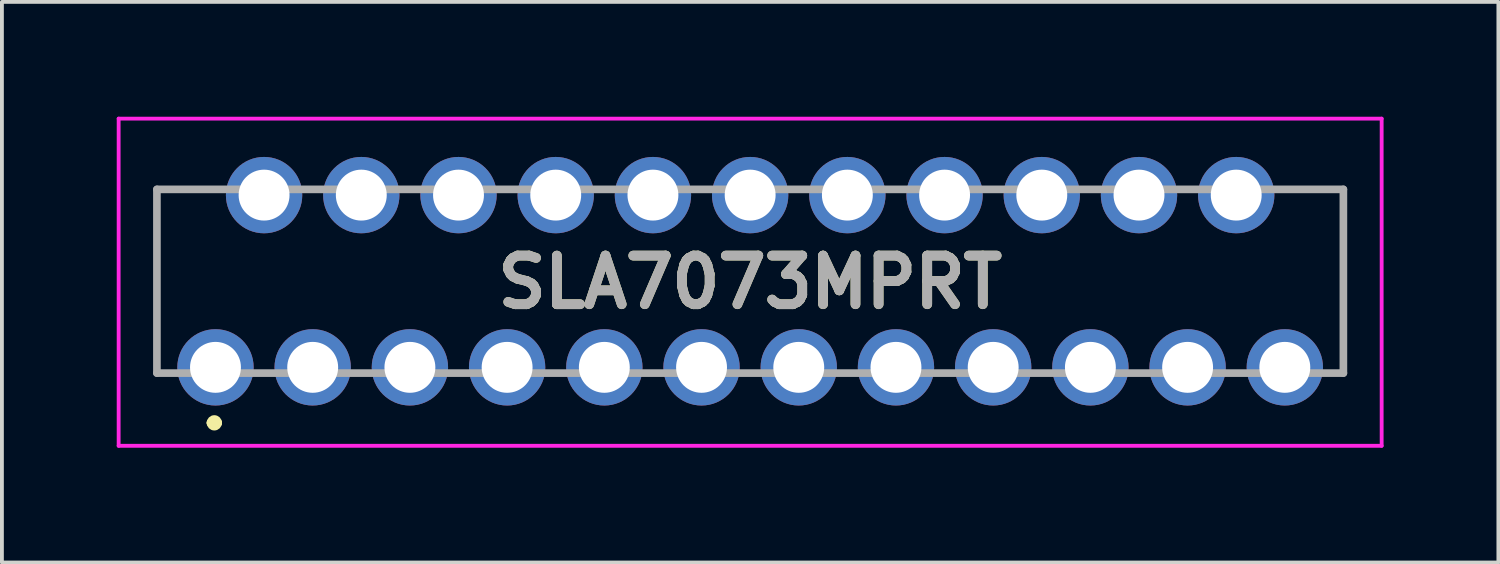
<source format=kicad_pcb>
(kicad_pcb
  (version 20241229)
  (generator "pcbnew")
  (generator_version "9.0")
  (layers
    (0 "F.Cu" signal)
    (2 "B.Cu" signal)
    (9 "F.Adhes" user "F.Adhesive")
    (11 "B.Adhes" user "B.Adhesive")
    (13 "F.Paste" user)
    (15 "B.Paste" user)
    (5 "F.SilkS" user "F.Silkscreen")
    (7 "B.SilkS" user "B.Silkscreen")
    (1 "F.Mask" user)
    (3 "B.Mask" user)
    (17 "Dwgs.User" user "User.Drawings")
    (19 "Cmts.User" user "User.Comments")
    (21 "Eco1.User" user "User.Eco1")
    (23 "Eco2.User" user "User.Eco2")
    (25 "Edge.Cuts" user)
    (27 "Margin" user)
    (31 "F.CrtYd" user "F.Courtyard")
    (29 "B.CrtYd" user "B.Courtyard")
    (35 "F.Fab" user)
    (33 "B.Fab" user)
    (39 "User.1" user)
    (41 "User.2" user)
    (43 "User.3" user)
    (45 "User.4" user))
  (footprint "SLA7073MPRT"
    (layer "F.Cu")
    (at 16.55 4.298)
    (property "Reference" "SLA7073MPRT" (at 0 0.026 0) (layer "F.SilkS") (effects (font (size 1.27 1.27) (thickness 0.254))))
    (attr through_hole)
    (fp_line (start -15.5 -2.4) (end -15.5 2.4) (stroke (width 0.1) (type solid)) (layer "F.SilkS"))
    (fp_line (start -15.5 2.4) (end -15 2.4) (stroke (width 0.1) (type solid)) (layer "F.SilkS"))
    (fp_line (start -14.1 3.7) (end -14.1 3.7) (stroke (width 0.2) (type solid)) (layer "F.SilkS"))
    (fp_line (start -13.97 -2.4) (end -15.5 -2.4) (stroke (width 0.1) (type solid)) (layer "F.SilkS"))
    (fp_line (start -13.9 3.7) (end -13.9 3.7) (stroke (width 0.2) (type solid)) (layer "F.SilkS"))
    (fp_line (start 13.97 -2.4) (end 15.5 -2.4) (stroke (width 0.1) (type solid)) (layer "F.SilkS"))
    (fp_line (start 15.5 -2.4) (end 15.5 2.4) (stroke (width 0.1) (type solid)) (layer "F.SilkS"))
    (fp_line (start 15.5 2.4) (end 15 2.4) (stroke (width 0.1) (type solid)) (layer "F.SilkS"))
    (fp_arc (start -14.1 3.7) (mid -14 3.6) (end -13.9 3.7) (stroke (width 0.2) (type solid)) (layer "F.SilkS"))
    (fp_arc (start -13.9 3.7) (mid -14 3.8) (end -14.1 3.7) (stroke (width 0.2) (type solid)) (layer "F.SilkS"))
    (fp_line (start -16.5 -4.248) (end 16.5 -4.248) (stroke (width 0.1) (type solid)) (layer "F.CrtYd"))
    (fp_line (start -16.5 4.3) (end -16.5 -4.248) (stroke (width 0.1) (type solid)) (layer "F.CrtYd"))
    (fp_line (start 16.5 -4.248) (end 16.5 4.3) (stroke (width 0.1) (type solid)) (layer "F.CrtYd"))
    (fp_line (start 16.5 4.3) (end -16.5 4.3) (stroke (width 0.1) (type solid)) (layer "F.CrtYd"))
    (fp_line (start -15.5 -2.4) (end 15.5 -2.4) (stroke (width 0.2) (type solid)) (layer "F.Fab"))
    (fp_line (start -15.5 2.4) (end -15.5 -2.4) (stroke (width 0.2) (type solid)) (layer "F.Fab"))
    (fp_line (start 15.5 -2.4) (end 15.5 2.4) (stroke (width 0.2) (type solid)) (layer "F.Fab"))
    (fp_line (start 15.5 2.4) (end -15.5 2.4) (stroke (width 0.2) (type solid)) (layer "F.Fab"))
    (fp_text user "${REFERENCE}" (at 0 0.026 0) (layer "F.Fab") (effects (font (size 1.27 1.27) (thickness 0.254))))
    (pad "1" thru_hole circle (at -13.97 2.25) (size 1.995 1.995) (drill 1.33) (layers "*.Cu" "*.Mask"))
    (pad "2" thru_hole circle (at -12.7 -2.25) (size 1.995 1.995) (drill 1.33) (layers "*.Cu" "*.Mask"))
    (pad "3" thru_hole circle (at -11.43 2.25) (size 1.995 1.995) (drill 1.33) (layers "*.Cu" "*.Mask"))
    (pad "4" thru_hole circle (at -10.16 -2.25) (size 1.995 1.995) (drill 1.33) (layers "*.Cu" "*.Mask"))
    (pad "5" thru_hole circle (at -8.89 2.25) (size 1.995 1.995) (drill 1.33) (layers "*.Cu" "*.Mask"))
    (pad "6" thru_hole circle (at -7.62 -2.25) (size 1.995 1.995) (drill 1.33) (layers "*.Cu" "*.Mask"))
    (pad "7" thru_hole circle (at -6.35 2.25) (size 1.995 1.995) (drill 1.33) (layers "*.Cu" "*.Mask"))
    (pad "8" thru_hole circle (at -5.08 -2.25) (size 1.995 1.995) (drill 1.33) (layers "*.Cu" "*.Mask"))
    (pad "9" thru_hole circle (at -3.81 2.25) (size 1.995 1.995) (drill 1.33) (layers "*.Cu" "*.Mask"))
    (pad "10" thru_hole circle (at -2.54 -2.25) (size 1.995 1.995) (drill 1.33) (layers "*.Cu" "*.Mask"))
    (pad "11" thru_hole circle (at -1.27 2.25) (size 1.995 1.995) (drill 1.33) (layers "*.Cu" "*.Mask"))
    (pad "12" thru_hole circle (at 0 -2.25) (size 1.995 1.995) (drill 1.33) (layers "*.Cu" "*.Mask"))
    (pad "13" thru_hole circle (at 1.27 2.25) (size 1.995 1.995) (drill 1.33) (layers "*.Cu" "*.Mask"))
    (pad "14" thru_hole circle (at 2.54 -2.25) (size 1.995 1.995) (drill 1.33) (layers "*.Cu" "*.Mask"))
    (pad "15" thru_hole circle (at 3.81 2.25) (size 1.995 1.995) (drill 1.33) (layers "*.Cu" "*.Mask"))
    (pad "16" thru_hole circle (at 5.08 -2.25) (size 1.995 1.995) (drill 1.33) (layers "*.Cu" "*.Mask"))
    (pad "17" thru_hole circle (at 6.35 2.25) (size 1.995 1.995) (drill 1.33) (layers "*.Cu" "*.Mask"))
    (pad "18" thru_hole circle (at 7.62 -2.25) (size 1.995 1.995) (drill 1.33) (layers "*.Cu" "*.Mask"))
    (pad "19" thru_hole circle (at 8.89 2.25) (size 1.995 1.995) (drill 1.33) (layers "*.Cu" "*.Mask"))
    (pad "20" thru_hole circle (at 10.16 -2.25) (size 1.995 1.995) (drill 1.33) (layers "*.Cu" "*.Mask"))
    (pad "21" thru_hole circle (at 11.43 2.25) (size 1.995 1.995) (drill 1.33) (layers "*.Cu" "*.Mask"))
    (pad "22" thru_hole circle (at 12.7 -2.25) (size 1.995 1.995) (drill 1.33) (layers "*.Cu" "*.Mask"))
    (pad "23" thru_hole circle (at 13.97 2.25) (size 1.995 1.995) (drill 1.33) (layers "*.Cu" "*.Mask")))
  (gr_rect
    (start -3 -3)
    (end 36.1 11.648)
    (stroke (width 0.1) (type default))
    (fill no)
    (layer "Edge.Cuts")))
</source>
